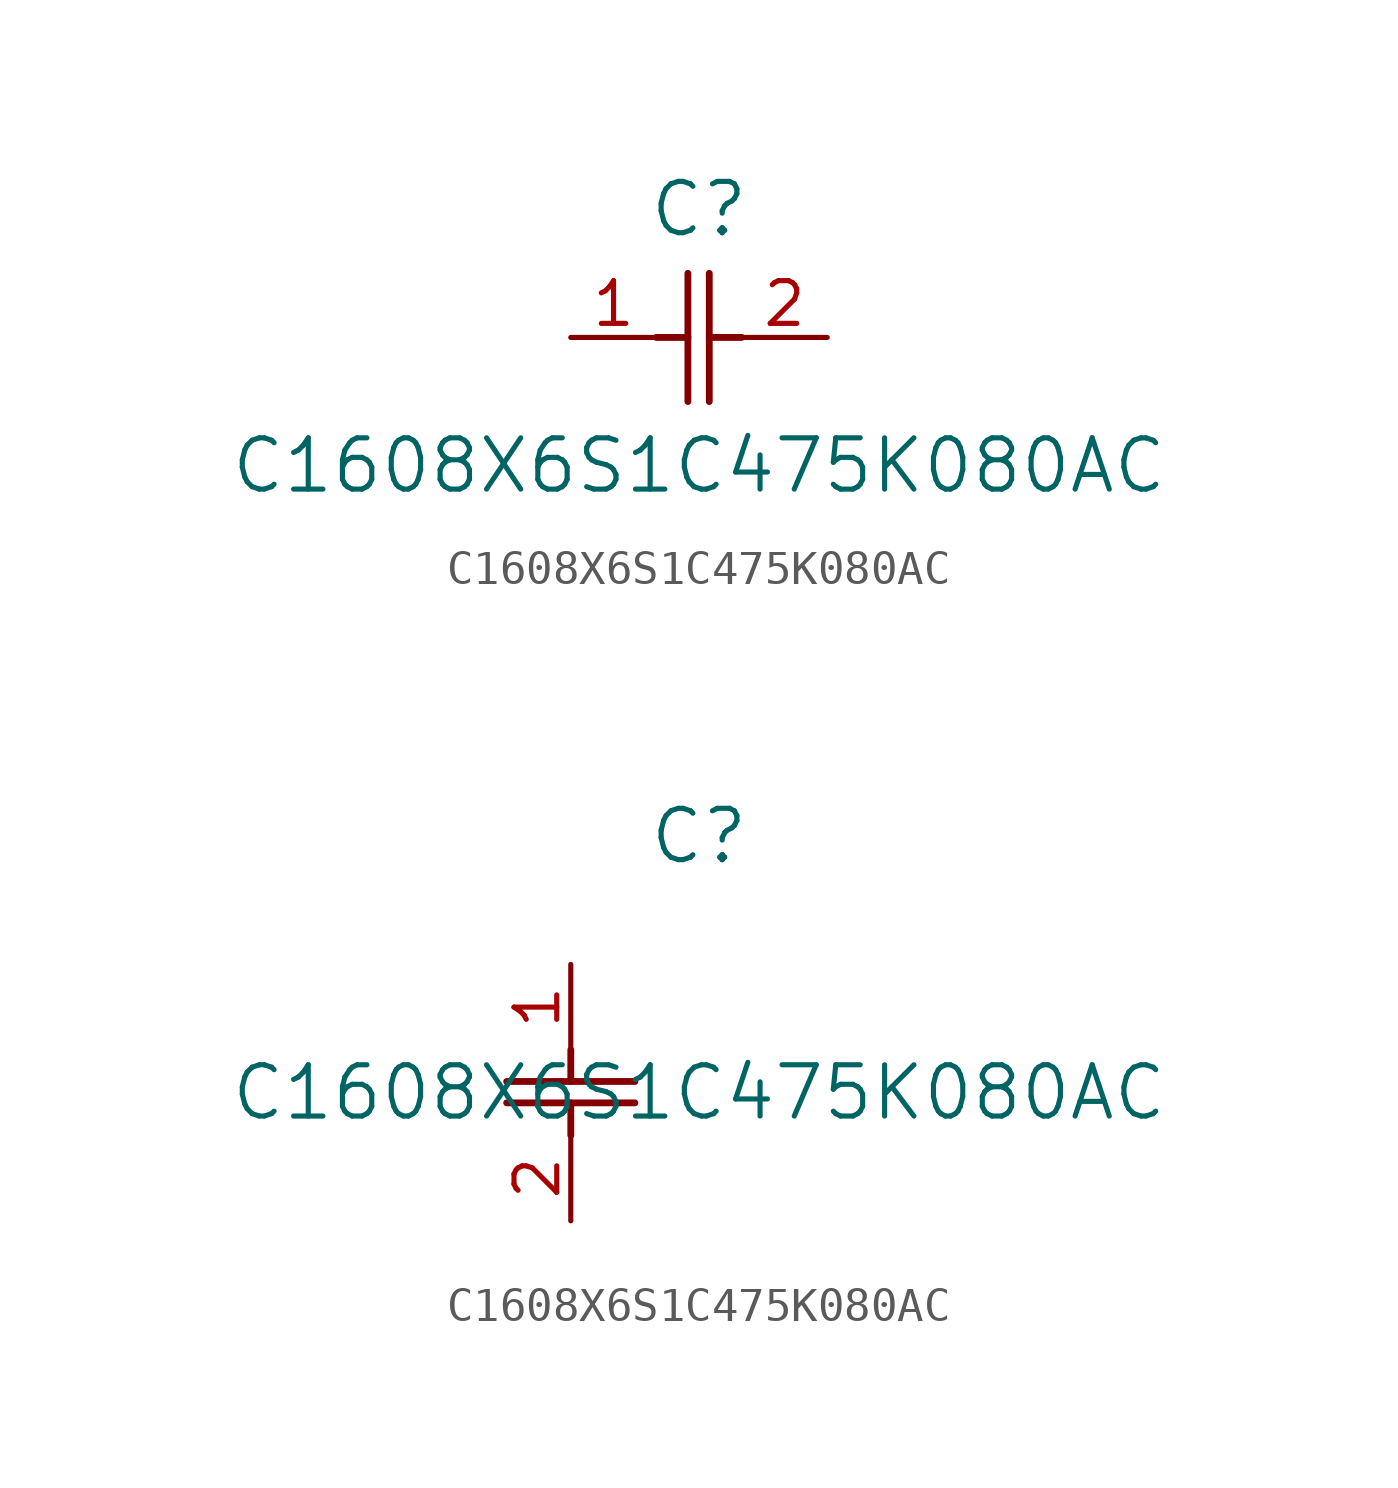
<source format=kicad_sym>
(kicad_symbol_lib
  (version 20211014)
  (generator kicad_symbol_editor)
  (symbol "C1608X6S1C475K080AC"
    (pin_names
      (offset 0.254))
    (property "Reference" "C"
      (at 3.81 3.81 0)
      (effects (font (size 1.524 1.524))))
    (property "Value" "C1608X6S1C475K080AC"
      (at 3.81 -3.81 0)
      (effects (font (size 1.524 1.524))))
    (symbol "C1608X6S1C475K080AC_1_1"
      (polyline (pts (xy 3.48 -1.905) (xy 3.48 1.905)) (stroke (width 0.203) (type default) (color 0 0 0 0)) (fill (type none)))
      (polyline (pts (xy 4.115 -1.905) (xy 4.115 1.905)) (stroke (width 0.203) (type default) (color 0 0 0 0)) (fill (type none)))
      (polyline (pts (xy 4.115 0) (xy 5.08 0)) (stroke (width 0.203) (type default) (color 0 0 0 0)) (fill (type none)))
      (polyline (pts (xy 2.54 0) (xy 3.48 0)) (stroke (width 0.203) (type default) (color 0 0 0 0)) (fill (type none)))
      (pin unspecified line (at 0 0 0) (length 2.54) (name "" (effects (font (size 1.27 1.27)))) (number "1" (effects (font (size 1.27 1.27)))))
      (pin unspecified line (at 7.62 0 180) (length 2.54) (name "" (effects (font (size 1.27 1.27)))) (number "2" (effects (font (size 1.27 1.27))))))
    (symbol "C1608X6S1C475K080AC_1_2"
      (polyline (pts (xy -1.905 -3.48) (xy 1.905 -3.48)) (stroke (width 0.203) (type default) (color 0 0 0 0)) (fill (type none)))
      (polyline (pts (xy -1.905 -4.115) (xy 1.905 -4.115)) (stroke (width 0.203) (type default) (color 0 0 0 0)) (fill (type none)))
      (polyline (pts (xy 0 -4.115) (xy 0 -5.08)) (stroke (width 0.203) (type default) (color 0 0 0 0)) (fill (type none)))
      (polyline (pts (xy 0 -2.54) (xy 0 -3.48)) (stroke (width 0.203) (type default) (color 0 0 0 0)) (fill (type none)))
      (pin unspecified line (at 0 0 270) (length 2.54) (name "" (effects (font (size 1.27 1.27)))) (number "1" (effects (font (size 1.27 1.27)))))
      (pin unspecified line (at 0 -7.62 90) (length 2.54) (name "" (effects (font (size 1.27 1.27)))) (number "2" (effects (font (size 1.27 1.27))))))))
</source>
